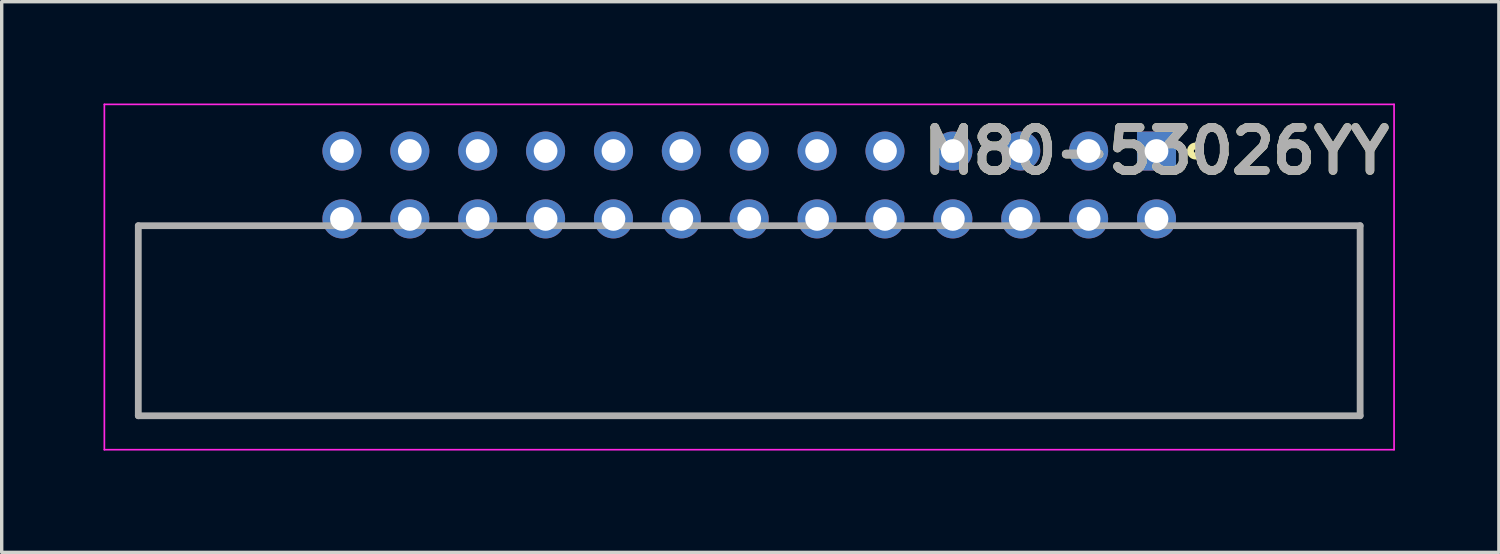
<source format=kicad_pcb>
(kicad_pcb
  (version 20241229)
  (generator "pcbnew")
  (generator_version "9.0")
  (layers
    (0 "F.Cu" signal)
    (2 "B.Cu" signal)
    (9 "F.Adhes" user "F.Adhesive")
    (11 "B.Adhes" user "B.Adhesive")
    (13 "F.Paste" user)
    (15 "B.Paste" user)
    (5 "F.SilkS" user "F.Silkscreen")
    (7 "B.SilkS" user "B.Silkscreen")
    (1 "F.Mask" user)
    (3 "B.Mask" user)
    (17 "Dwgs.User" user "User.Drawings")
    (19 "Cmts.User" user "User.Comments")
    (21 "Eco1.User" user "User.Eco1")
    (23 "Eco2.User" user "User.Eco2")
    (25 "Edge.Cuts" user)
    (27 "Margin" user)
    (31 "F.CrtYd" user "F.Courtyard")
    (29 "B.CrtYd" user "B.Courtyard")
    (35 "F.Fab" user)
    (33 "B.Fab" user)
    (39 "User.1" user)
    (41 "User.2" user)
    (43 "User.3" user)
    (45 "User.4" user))
  (footprint "M80-53026YY"
    (layer "F.Cu")
    (at 31.025 1.4)
    (property "Reference" "M80-53026YY" (at 0 0 0) (layer "F.SilkS") (effects (font (size 1.27 1.27) (thickness 0.254))))
    (attr through_hole)
    (fp_line (start -30 7.8) (end -30 2.2) (stroke (width 0.1) (type solid)) (layer "F.SilkS"))
    (fp_line (start 6 2.2) (end 6 7.8) (stroke (width 0.1) (type solid)) (layer "F.SilkS"))
    (fp_line (start 6 7.8) (end -30 7.8) (stroke (width 0.1) (type solid)) (layer "F.SilkS"))
    (fp_circle (center 1.15 0) (end 1.15 0.05) (stroke (width 0.2) (type solid)) (fill no) (layer "F.SilkS"))
    (fp_line (start -31 -1.375) (end 7 -1.375) (stroke (width 0.05) (type solid)) (layer "F.CrtYd"))
    (fp_line (start -31 8.8) (end -31 -1.375) (stroke (width 0.05) (type solid)) (layer "F.CrtYd"))
    (fp_line (start 7 -1.375) (end 7 8.8) (stroke (width 0.05) (type solid)) (layer "F.CrtYd"))
    (fp_line (start 7 8.8) (end -31 8.8) (stroke (width 0.05) (type solid)) (layer "F.CrtYd"))
    (fp_line (start -30 2.2) (end 6 2.2) (stroke (width 0.2) (type solid)) (layer "F.Fab"))
    (fp_line (start -30 7.8) (end -30 2.2) (stroke (width 0.2) (type solid)) (layer "F.Fab"))
    (fp_line (start 6 2.2) (end 6 7.8) (stroke (width 0.2) (type solid)) (layer "F.Fab"))
    (fp_line (start 6 7.8) (end -30 7.8) (stroke (width 0.2) (type solid)) (layer "F.Fab"))
    (fp_text user "${REFERENCE}" (at 0 0 0) (layer "F.Fab") (effects (font (size 1.27 1.27) (thickness 0.254))))
    (pad "1" thru_hole rect (at 0 0) (size 1.15 1.15) (drill 0.7) (layers "*.Cu" "*.Mask"))
    (pad "2" thru_hole circle (at -2 0) (size 1.15 1.15) (drill 0.7) (layers "*.Cu" "*.Mask"))
    (pad "3" thru_hole circle (at -4 0) (size 1.15 1.15) (drill 0.7) (layers "*.Cu" "*.Mask"))
    (pad "4" thru_hole circle (at -6 0) (size 1.15 1.15) (drill 0.7) (layers "*.Cu" "*.Mask"))
    (pad "5" thru_hole circle (at -8 0) (size 1.15 1.15) (drill 0.7) (layers "*.Cu" "*.Mask"))
    (pad "6" thru_hole circle (at -10 0) (size 1.15 1.15) (drill 0.7) (layers "*.Cu" "*.Mask"))
    (pad "7" thru_hole circle (at -12 0) (size 1.15 1.15) (drill 0.7) (layers "*.Cu" "*.Mask"))
    (pad "8" thru_hole circle (at -14 0) (size 1.15 1.15) (drill 0.7) (layers "*.Cu" "*.Mask"))
    (pad "9" thru_hole circle (at -16 0) (size 1.15 1.15) (drill 0.7) (layers "*.Cu" "*.Mask"))
    (pad "10" thru_hole circle (at -18 0) (size 1.15 1.15) (drill 0.7) (layers "*.Cu" "*.Mask"))
    (pad "11" thru_hole circle (at -20 0) (size 1.15 1.15) (drill 0.7) (layers "*.Cu" "*.Mask"))
    (pad "12" thru_hole circle (at -22 0) (size 1.15 1.15) (drill 0.7) (layers "*.Cu" "*.Mask"))
    (pad "13" thru_hole circle (at -24 0) (size 1.15 1.15) (drill 0.7) (layers "*.Cu" "*.Mask"))
    (pad "14" thru_hole circle (at 0 2) (size 1.15 1.15) (drill 0.7) (layers "*.Cu" "*.Mask"))
    (pad "15" thru_hole circle (at -2 2) (size 1.15 1.15) (drill 0.7) (layers "*.Cu" "*.Mask"))
    (pad "16" thru_hole circle (at -4 2) (size 1.15 1.15) (drill 0.7) (layers "*.Cu" "*.Mask"))
    (pad "17" thru_hole circle (at -6 2) (size 1.15 1.15) (drill 0.7) (layers "*.Cu" "*.Mask"))
    (pad "18" thru_hole circle (at -8 2) (size 1.15 1.15) (drill 0.7) (layers "*.Cu" "*.Mask"))
    (pad "19" thru_hole circle (at -10 2) (size 1.15 1.15) (drill 0.7) (layers "*.Cu" "*.Mask"))
    (pad "20" thru_hole circle (at -12 2) (size 1.15 1.15) (drill 0.7) (layers "*.Cu" "*.Mask"))
    (pad "21" thru_hole circle (at -14 2) (size 1.15 1.15) (drill 0.7) (layers "*.Cu" "*.Mask"))
    (pad "22" thru_hole circle (at -16 2) (size 1.15 1.15) (drill 0.7) (layers "*.Cu" "*.Mask"))
    (pad "23" thru_hole circle (at -18 2) (size 1.15 1.15) (drill 0.7) (layers "*.Cu" "*.Mask"))
    (pad "24" thru_hole circle (at -20 2) (size 1.15 1.15) (drill 0.7) (layers "*.Cu" "*.Mask"))
    (pad "25" thru_hole circle (at -22 2) (size 1.15 1.15) (drill 0.7) (layers "*.Cu" "*.Mask"))
    (pad "26" thru_hole circle (at -24 2) (size 1.15 1.15) (drill 0.7) (layers "*.Cu" "*.Mask")))
  (gr_rect
    (start -3 -3)
    (end 41.113 13.225)
    (stroke (width 0.1) (type default))
    (fill no)
    (layer "Edge.Cuts")))
</source>
